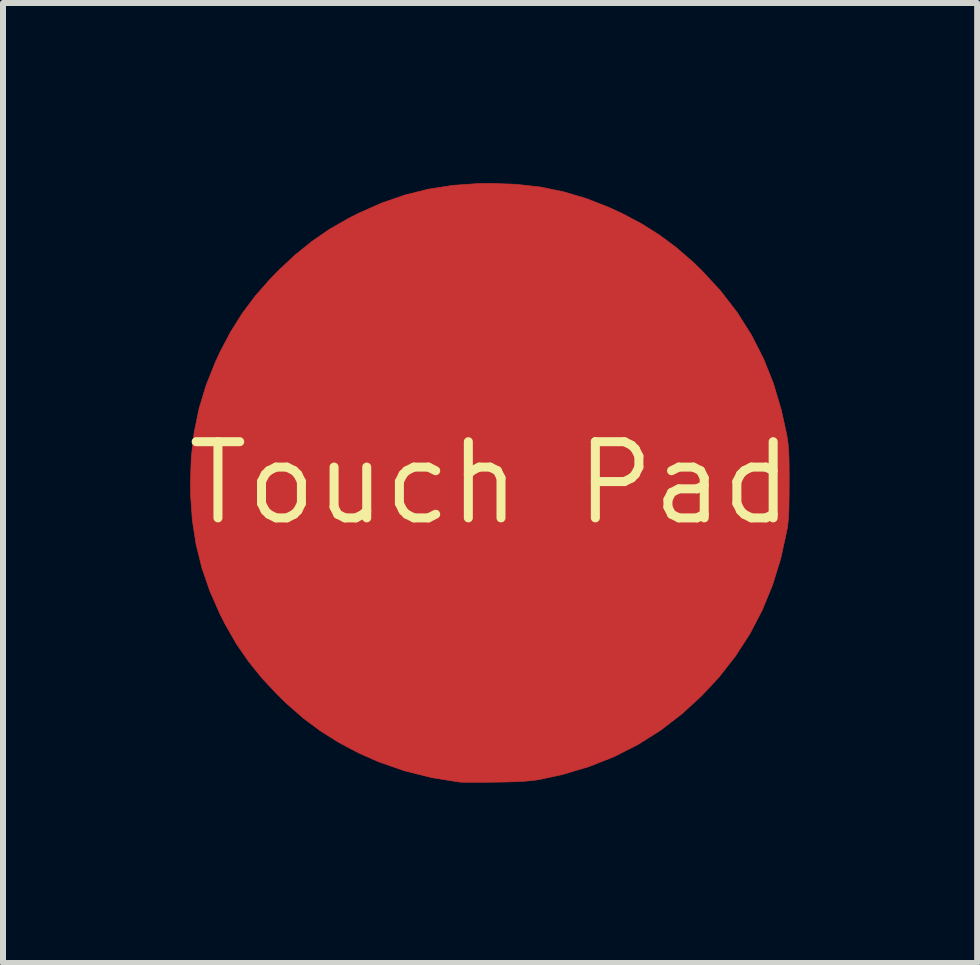
<source format=kicad_pcb>
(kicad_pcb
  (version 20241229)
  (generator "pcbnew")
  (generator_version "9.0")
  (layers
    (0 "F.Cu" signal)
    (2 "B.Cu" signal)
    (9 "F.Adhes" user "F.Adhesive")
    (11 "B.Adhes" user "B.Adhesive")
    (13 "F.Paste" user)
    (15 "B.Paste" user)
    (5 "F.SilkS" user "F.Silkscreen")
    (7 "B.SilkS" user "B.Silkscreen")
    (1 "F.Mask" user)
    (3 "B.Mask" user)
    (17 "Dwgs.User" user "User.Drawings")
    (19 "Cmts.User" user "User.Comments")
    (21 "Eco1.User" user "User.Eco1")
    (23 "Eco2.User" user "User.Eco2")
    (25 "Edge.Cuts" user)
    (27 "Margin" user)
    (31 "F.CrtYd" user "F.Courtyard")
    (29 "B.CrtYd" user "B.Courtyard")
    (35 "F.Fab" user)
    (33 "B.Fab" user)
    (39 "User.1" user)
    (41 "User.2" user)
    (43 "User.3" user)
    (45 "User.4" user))
  (footprint "Touch Pad"
    (layer "F.Cu")
    (at 5.118 5.001)
    (property "Reference" "Touch Pad" (at 0 0 0) (layer "F.SilkS") (effects (font (size 1.27 1.27) (thickness 0.15))))
    (attr through_hole)
    (fp_poly (pts (xy 0.428 -4.98) (xy 0.832 -4.935) (xy 1.221 -4.856) (xy 1.602 -4.743) (xy 1.983 -4.594) (xy 2.191 -4.498) (xy 2.519 -4.325) (xy 2.821 -4.135) (xy 3.106 -3.923) (xy 3.385 -3.68) (xy 3.535 -3.535) (xy 3.846 -3.197) (xy 4.119 -2.842) (xy 4.355 -2.469) (xy 4.556 -2.075) (xy 4.722 -1.659) (xy 4.853 -1.218) (xy 4.937 -0.836) (xy 4.952 -0.754) (xy 4.963 -0.677) (xy 4.971 -0.599) (xy 4.977 -0.512) (xy 4.981 -0.409) (xy 4.983 -0.283) (xy 4.984 -0.127) (xy 4.984 0) (xy 4.983 0.191) (xy 4.981 0.347) (xy 4.978 0.473) (xy 4.972 0.577) (xy 4.964 0.666) (xy 4.954 0.745) (xy 4.945 0.794) (xy 4.843 1.259) (xy 4.707 1.699) (xy 4.536 2.115) (xy 4.331 2.509) (xy 4.09 2.882) (xy 3.813 3.236) (xy 3.535 3.535) (xy 3.196 3.847) (xy 2.839 4.121) (xy 2.463 4.358) (xy 2.067 4.559) (xy 1.648 4.725) (xy 1.205 4.857) (xy 0.847 4.935) (xy 0.758 4.95) (xy 0.664 4.961) (xy 0.557 4.97) (xy 0.429 4.976) (xy 0.273 4.981) (xy 0.095 4.984) (xy -0.055 4.986) (xy -0.194 4.986) (xy -0.316 4.986) (xy -0.414 4.986) (xy -0.482 4.984) (xy -0.508 4.983) (xy -0.976 4.908) (xy -1.427 4.795) (xy -1.861 4.644) (xy -2.191 4.498) (xy -2.523 4.322) (xy -2.827 4.131) (xy -3.114 3.917) (xy -3.394 3.672) (xy -3.535 3.535) (xy -3.798 3.255) (xy -4.026 2.973) (xy -4.228 2.68) (xy -4.41 2.363) (xy -4.498 2.191) (xy -4.669 1.803) (xy -4.802 1.417) (xy -4.899 1.026) (xy -4.962 0.622) (xy -4.992 0.2) (xy -4.995 0) (xy -4.98 -0.434) (xy -4.932 -0.845) (xy -4.851 -1.241) (xy -4.734 -1.628) (xy -4.58 -2.014) (xy -4.498 -2.191) (xy -4.323 -2.522) (xy -4.132 -2.826) (xy -3.918 -3.113) (xy -3.673 -3.392) (xy -3.535 -3.535) (xy -3.255 -3.798) (xy -2.973 -4.026) (xy -2.68 -4.228) (xy -2.363 -4.41) (xy -2.191 -4.498) (xy -1.803 -4.669) (xy -1.417 -4.802) (xy -1.026 -4.899) (xy -0.622 -4.962) (xy -0.2 -4.992) (xy 0 -4.995) (xy 0.428 -4.98)) (stroke (width 0.01) (type solid)) (fill yes) (layer "F.Cu"))
    (fp_poly (pts (xy 0.562 -4.97) (xy 0.972 -4.912) (xy 1.095 -4.887) (xy 1.528 -4.772) (xy 1.946 -4.619) (xy 2.346 -4.43) (xy 2.726 -4.206) (xy 3.084 -3.951) (xy 3.418 -3.665) (xy 3.726 -3.351) (xy 4.006 -3.011) (xy 4.257 -2.646) (xy 4.475 -2.26) (xy 4.66 -1.852) (xy 4.808 -1.427) (xy 4.868 -1.206) (xy 4.908 -1.038) (xy 4.939 -0.882) (xy 4.962 -0.73) (xy 4.979 -0.573) (xy 4.989 -0.401) (xy 4.994 -0.204) (xy 4.995 0) (xy 4.994 0.226) (xy 4.988 0.42) (xy 4.977 0.59) (xy 4.96 0.747) (xy 4.936 0.898) (xy 4.905 1.055) (xy 4.868 1.206) (xy 4.788 1.495) (xy 4.695 1.765) (xy 4.582 2.034) (xy 4.498 2.212) (xy 4.276 2.615) (xy 4.022 2.992) (xy 3.738 3.341) (xy 3.426 3.661) (xy 3.087 3.951) (xy 2.723 4.208) (xy 2.337 4.432) (xy 1.931 4.622) (xy 1.506 4.775) (xy 1.064 4.891) (xy 0.649 4.963) (xy 0.507 4.977) (xy 0.334 4.986) (xy 0.143 4.992) (xy -0.056 4.993) (xy -0.251 4.989) (xy -0.432 4.981) (xy -0.587 4.969) (xy -0.646 4.962) (xy -1.092 4.882) (xy -1.525 4.762) (xy -1.943 4.605) (xy -2.343 4.413) (xy -2.723 4.187) (xy -3.081 3.929) (xy -3.416 3.642) (xy -3.724 3.326) (xy -4.004 2.984) (xy -4.253 2.618) (xy -4.47 2.228) (xy -4.652 1.818) (xy -4.742 1.567) (xy -4.844 1.216) (xy -4.917 0.867) (xy -4.962 0.509) (xy -4.982 0.132) (xy -4.983 0) (xy -4.982 -0.2) (xy -4.976 -0.371) (xy -4.964 -0.527) (xy -4.946 -0.679) (xy -4.92 -0.842) (xy -4.883 -1.028) (xy -4.875 -1.069) (xy -4.766 -1.492) (xy -4.617 -1.905) (xy -4.43 -2.304) (xy -4.208 -2.687) (xy -3.951 -3.05) (xy -3.663 -3.391) (xy -3.345 -3.708) (xy -2.999 -3.996) (xy -2.741 -4.18) (xy -2.476 -4.342) (xy -2.18 -4.495) (xy -1.868 -4.633) (xy -1.551 -4.752) (xy -1.241 -4.846) (xy -1.111 -4.877) (xy -0.708 -4.95) (xy -0.288 -4.989) (xy 0.139 -4.996) (xy 0.562 -4.97)) (stroke (width 0.01) (type solid)) (fill yes) (layer "F.Mask")))
  (gr_rect
    (start -3 -3)
    (end 13.235 12.999)
    (stroke (width 0.1) (type default))
    (fill no)
    (layer "Edge.Cuts")))
</source>
